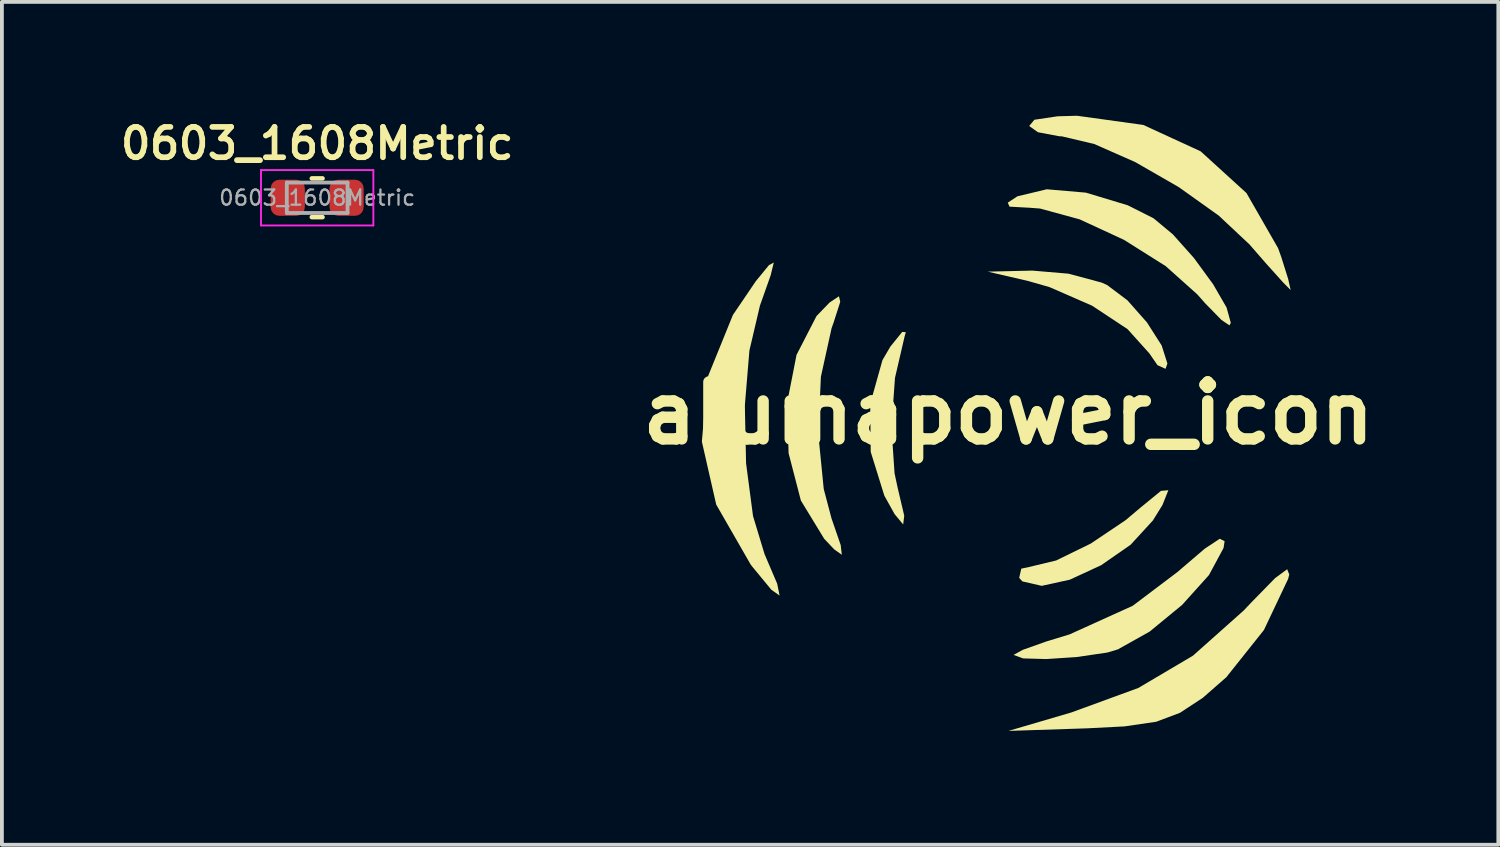
<source format=kicad_pcb>
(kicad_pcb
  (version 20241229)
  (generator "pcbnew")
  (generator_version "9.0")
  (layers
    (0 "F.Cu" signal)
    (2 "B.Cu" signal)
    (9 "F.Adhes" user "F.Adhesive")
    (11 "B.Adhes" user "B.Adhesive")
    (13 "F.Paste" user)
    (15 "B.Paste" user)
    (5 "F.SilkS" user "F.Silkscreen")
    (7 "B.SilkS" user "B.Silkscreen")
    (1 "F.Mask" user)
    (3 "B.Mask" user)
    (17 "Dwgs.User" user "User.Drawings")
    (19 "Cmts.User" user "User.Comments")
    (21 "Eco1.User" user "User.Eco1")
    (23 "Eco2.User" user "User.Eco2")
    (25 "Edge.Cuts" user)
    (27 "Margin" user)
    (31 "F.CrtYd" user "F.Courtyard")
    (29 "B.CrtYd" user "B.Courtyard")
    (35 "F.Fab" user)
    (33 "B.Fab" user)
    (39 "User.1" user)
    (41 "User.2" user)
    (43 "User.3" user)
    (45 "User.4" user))
  (footprint "alumapower_icon"
    (layer "F.Cu")
    (at 23.521 7.836)
    (property "Reference" "alumapower_icon" (at 0 0 0) (layer "F.SilkS") (effects (font (size 1.5 1.5) (thickness 0.3))))
    (attr board_only exclude_from_pos_files exclude_from_bom)
    (fp_poly (pts (xy -2.704 -2.133) (xy -2.735 -2.027) (xy -2.99 -0.927) (xy -3.083 0.375) (xy -3.001 1.584) (xy -2.919 1.968) (xy -2.746 2.701) (xy -2.774 2.932) (xy -2.999 2.661) (xy -3.27 2.175) (xy -3.629 1.02) (xy -3.642 -0.247) (xy -3.32 -1.397) (xy -3.11 -1.756) (xy -2.798 -2.141)) (stroke (width 0) (type solid)) (fill yes) (layer "F.SilkS"))
    (fp_poly (pts (xy 1.583 -3.675) (xy 2.456 -3.44) (xy 2.604 -3.373) (xy 3.136 -2.972) (xy 3.65 -2.39) (xy 4.037 -1.783) (xy 4.188 -1.308) (xy 4.139 -1.168) (xy 3.927 -1.264) (xy 3.713 -1.574) (xy 3.139 -2.213) (xy 2.204 -2.831) (xy 1.082 -3.321) (xy 0.522 -3.481) (xy -0.546 -3.729) (xy 0.628 -3.756)) (stroke (width 0) (type solid)) (fill yes) (layer "F.SilkS"))
    (fp_poly (pts (xy 4.058 2.42) (xy 3.805 2.828) (xy 3.22 3.466) (xy 2.443 4.006) (xy 1.616 4.388) (xy 0.877 4.55) (xy 0.367 4.433) (xy 0.283 4.339) (xy 0.338 4.097) (xy 0.544 4.053) (xy 1.255 3.882) (xy 2.167 3.437) (xy 3.086 2.82) (xy 3.482 2.486) (xy 4.018 2.048) (xy 4.213 2.03)) (stroke (width 0) (type solid)) (fill yes) (layer "F.SilkS"))
    (fp_poly (pts (xy 7.399 4.251) (xy 7.368 4.37) (xy 6.731 5.714) (xy 5.741 6.957) (xy 5.12 7.501) (xy 4.518 7.896) (xy 3.893 8.131) (xy 3.06 8.253) (xy 2.074 8.304) (xy -0.000001 8.372) (xy 1.66 7.885) (xy 3.421 7.241) (xy 4.86 6.391) (xy 6.197 5.201) (xy 6.41 4.976) (xy 7.027 4.345) (xy 7.344 4.112)) (stroke (width 0) (type solid)) (fill yes) (layer "F.SilkS"))
    (fp_poly (pts (xy -4.432 -2.934) (xy -4.607 -2.387) (xy -4.66 -2.239) (xy -4.942 -0.958) (xy -5.011 0.545) (xy -4.867 1.997) (xy -4.663 2.77) (xy -4.42 3.476) (xy -4.391 3.731) (xy -4.592 3.588) (xy -4.855 3.31) (xy -5.469 2.303) (xy -5.793 1.055) (xy -5.83 -0.278) (xy -5.584 -1.535) (xy -5.057 -2.559) (xy -4.714 -2.914) (xy -4.466 -3.08)) (stroke (width 0) (type solid)) (fill yes) (layer "F.SilkS"))
    (fp_poly (pts (xy 5.695 3.373) (xy 5.668 3.552) (xy 5.283 4.266) (xy 4.576 5.052) (xy 3.718 5.757) (xy 2.883 6.224) (xy 2.603 6.308) (xy 1.794 6.426) (xy 0.997 6.479) (xy 0.386 6.462) (xy 0.137 6.371) (xy 0.137 6.369) (xy 0.375 6.237) (xy 0.991 6.018) (xy 1.608 5.83) (xy 3.275 5.075) (xy 4.451 4.187) (xy 5.172 3.571) (xy 5.567 3.309)) (stroke (width 0) (type solid)) (fill yes) (layer "F.SilkS"))
    (fp_poly (pts (xy -6.264 -3.636) (xy -6.542 -2.85) (xy -6.547 -2.837) (xy -6.825 -1.652) (xy -6.946 -0.199) (xy -6.913 1.323) (xy -6.73 2.712) (xy -6.426 3.715) (xy -6.093 4.494) (xy -6.031 4.805) (xy -6.247 4.653) (xy -6.749 4.045) (xy -6.795 3.984) (xy -7.7 2.409) (xy -8.078 0.75) (xy -7.931 -0.935) (xy -7.26 -2.588) (xy -6.653 -3.482) (xy -6.31 -3.9) (xy -6.183 -3.969)) (stroke (width 0) (type solid)) (fill yes) (layer "F.SilkS"))
    (fp_poly (pts (xy 2.042 -5.81) (xy 3.144 -5.477) (xy 3.824 -5.134) (xy 4.333 -4.71) (xy 4.888 -4.087) (xy 5.391 -3.399) (xy 5.747 -2.784) (xy 5.859 -2.379) (xy 5.823 -2.313) (xy 5.612 -2.456) (xy 5.183 -2.895) (xy 4.975 -3.13) (xy 4.143 -3.874) (xy 3.045 -4.566) (xy 1.877 -5.106) (xy 0.833 -5.391) (xy 0.561 -5.412) (xy 0.028 -5.441) (xy -0.018 -5.547) (xy 0.237 -5.714) (xy 1.01 -5.899)) (stroke (width 0) (type solid)) (fill yes) (layer "F.SilkS"))
    (fp_poly (pts (xy 3.553 -7.594) (xy 5.064 -6.899) (xy 6.271 -5.8) (xy 7.104 -4.348) (xy 7.186 -4.121) (xy 7.369 -3.539) (xy 7.433 -3.257) (xy 7.428 -3.251) (xy 7.237 -3.444) (xy 6.798 -3.932) (xy 6.349 -4.447) (xy 5.542 -5.204) (xy 4.487 -5.956) (xy 3.341 -6.615) (xy 2.262 -7.091) (xy 1.406 -7.294) (xy 1.338 -7.296) (xy 0.777 -7.402) (xy 0.546 -7.566) (xy 0.684 -7.731) (xy 1.297 -7.822) (xy 1.809 -7.836)) (stroke (width 0) (type solid)) (fill yes) (layer "F.SilkS")))
  (footprint "0603_1608Metric"
    (layer "F.Cu")
    (at 5.307 2.161)
    (property "Reference" "0603_1608Metric" (at 0 -1.43 0) (layer "F.SilkS") (effects (font (size 0.8 0.8) (thickness 0.15))))
    (attr smd)
    (fp_line (start -0.141 -0.51) (end 0.141 -0.51) (stroke (width 0.12) (type solid)) (layer "F.SilkS"))
    (fp_line (start -0.141 0.51) (end 0.141 0.51) (stroke (width 0.12) (type solid)) (layer "F.SilkS"))
    (fp_line (start -1.48 -0.73) (end 1.48 -0.73) (stroke (width 0.05) (type solid)) (layer "F.CrtYd"))
    (fp_line (start -1.48 0.73) (end -1.48 -0.73) (stroke (width 0.05) (type solid)) (layer "F.CrtYd"))
    (fp_line (start 1.48 -0.73) (end 1.48 0.73) (stroke (width 0.05) (type solid)) (layer "F.CrtYd"))
    (fp_line (start 1.48 0.73) (end -1.48 0.73) (stroke (width 0.05) (type solid)) (layer "F.CrtYd"))
    (fp_line (start -0.8 -0.4) (end 0.8 -0.4) (stroke (width 0.1) (type solid)) (layer "F.Fab"))
    (fp_line (start -0.8 0.4) (end -0.8 -0.4) (stroke (width 0.1) (type solid)) (layer "F.Fab"))
    (fp_line (start 0.8 -0.4) (end 0.8 0.4) (stroke (width 0.1) (type solid)) (layer "F.Fab"))
    (fp_line (start 0.8 0.4) (end -0.8 0.4) (stroke (width 0.1) (type solid)) (layer "F.Fab"))
    (fp_text user "${REFERENCE}" (at 0 0 0) (layer "F.Fab") (effects (font (size 0.4 0.4) (thickness 0.06))))
    (pad "1" smd roundrect (at -0.775 0) (size 0.9 0.95) (layers "F.Cu" "F.Mask" "F.Paste") (roundrect_rratio 0.25))
    (pad "2" smd roundrect (at 0.775 0) (size 0.9 0.95) (layers "F.Cu" "F.Mask" "F.Paste") (roundrect_rratio 0.25)))
  (gr_rect
    (start -3 -3)
    (end 36.428 19.208)
    (stroke (width 0.1) (type default))
    (fill no)
    (layer "Edge.Cuts")))
</source>
